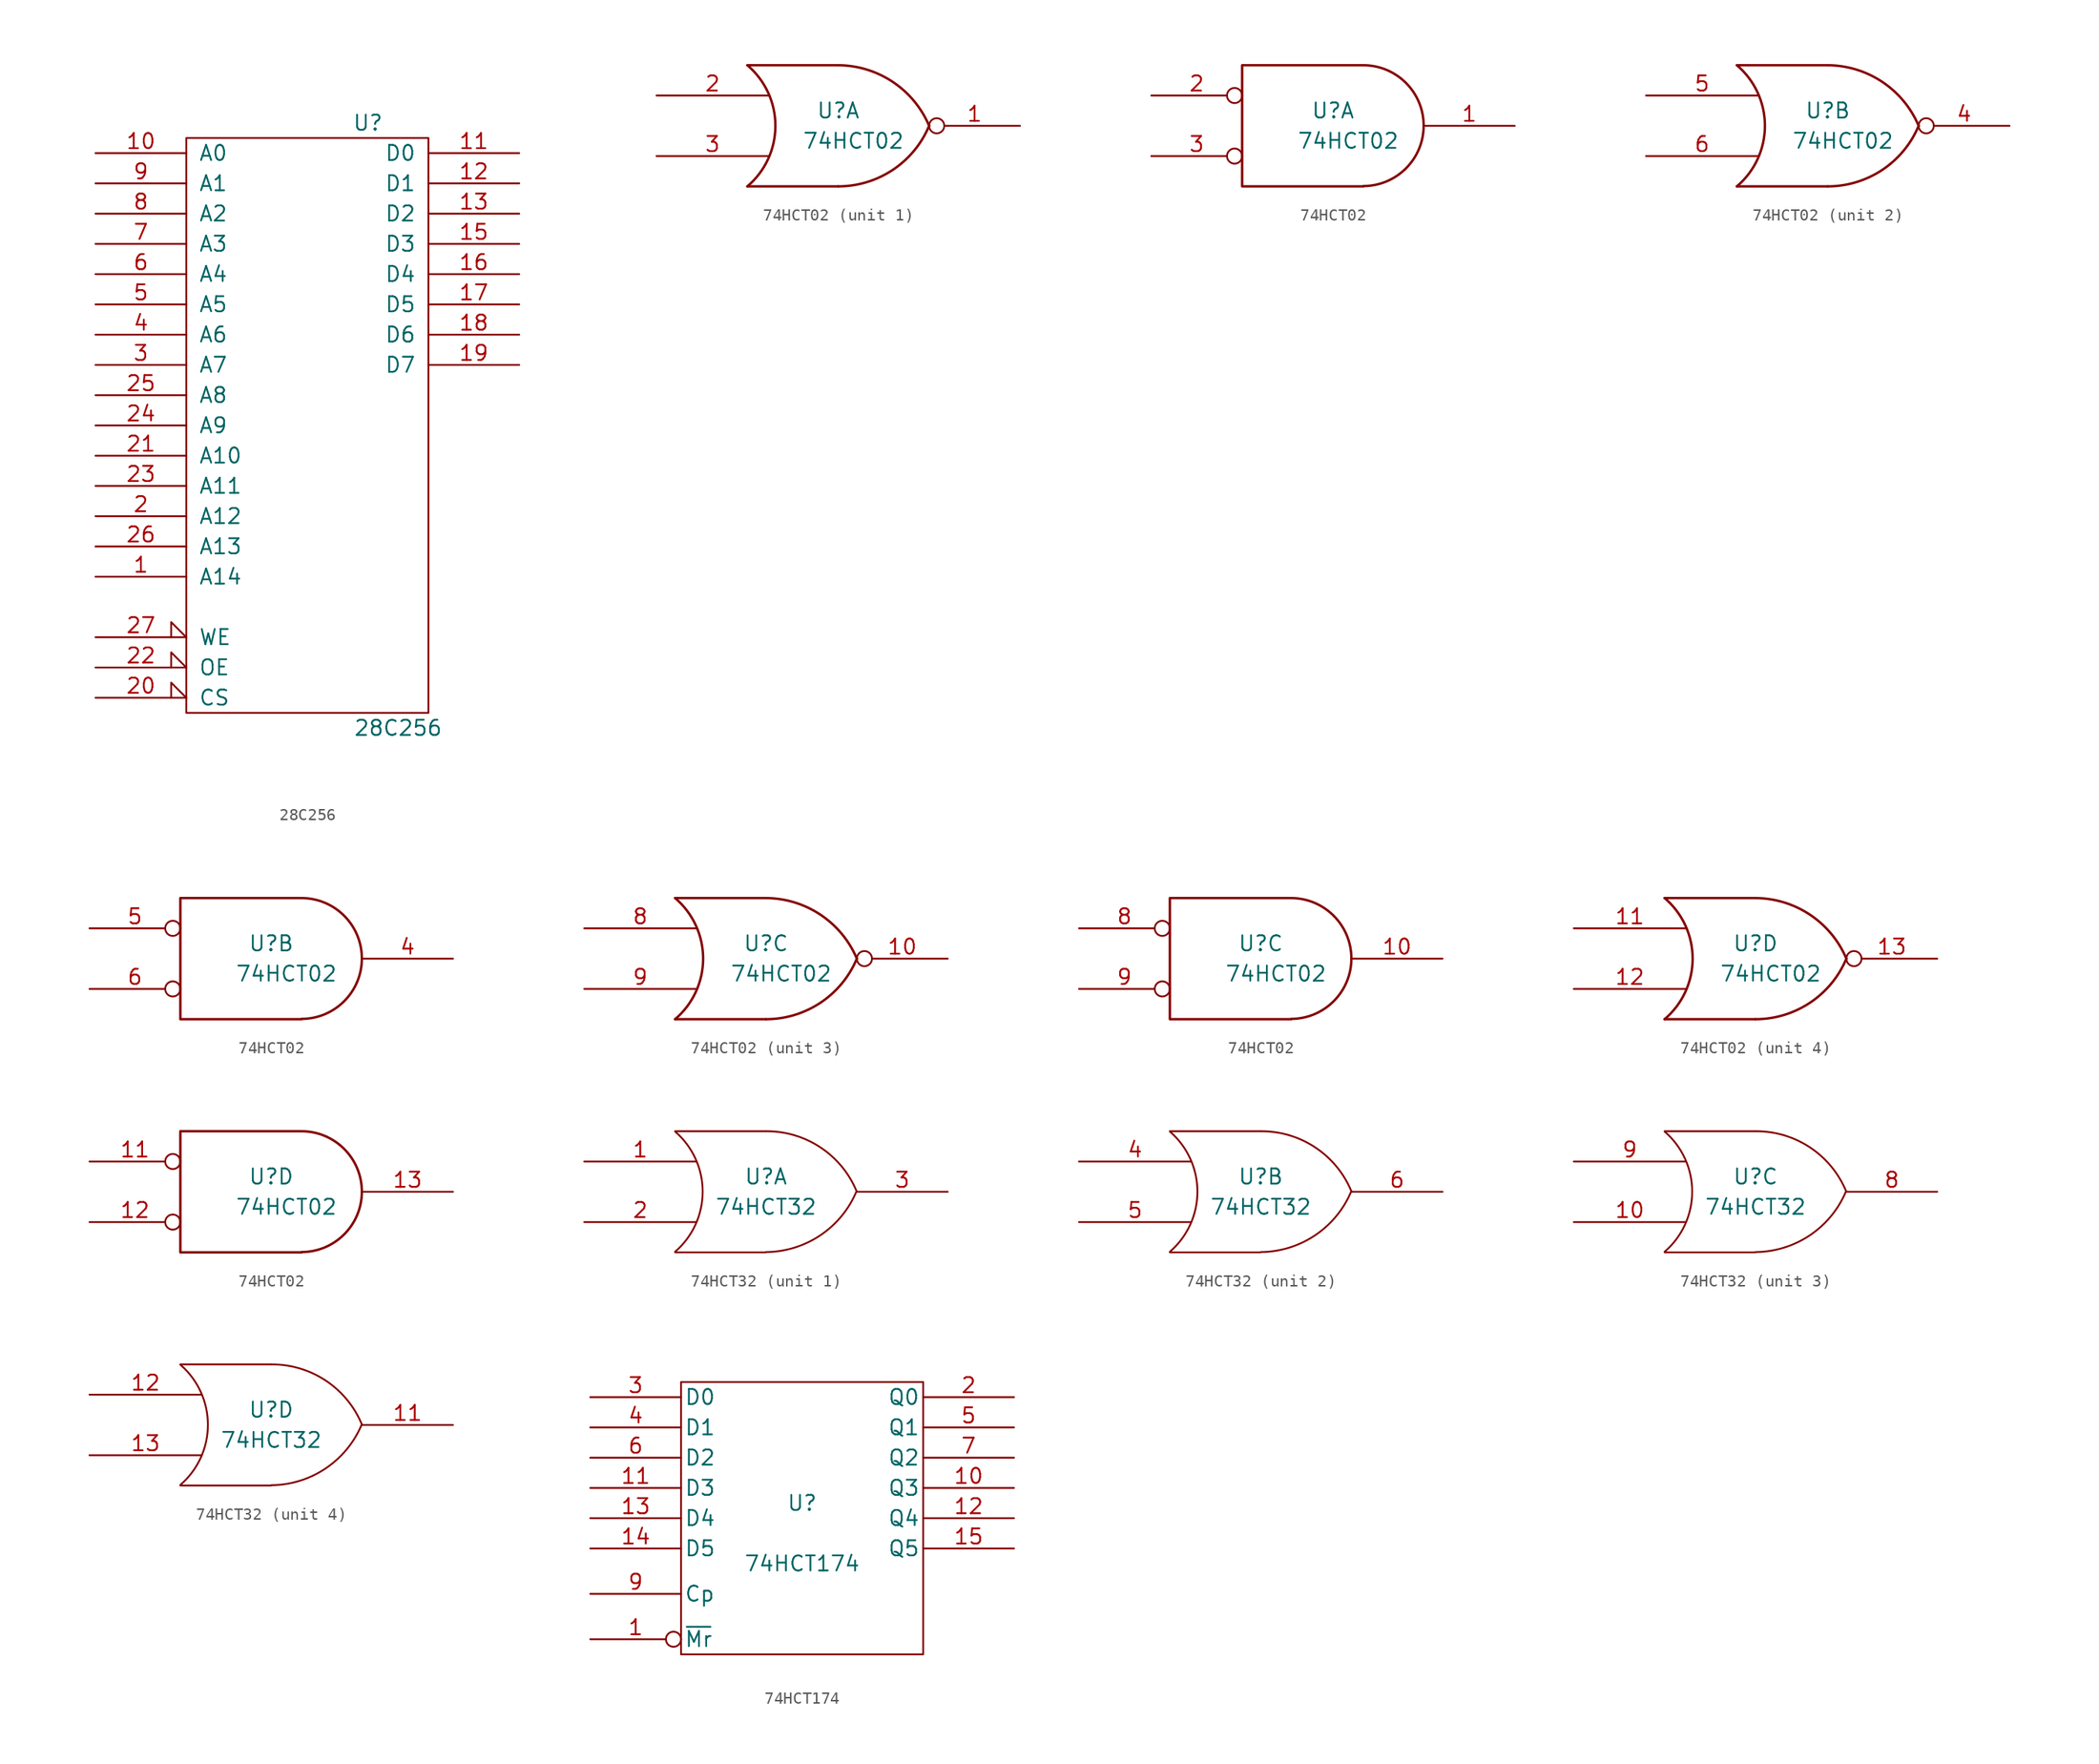
<source format=kicad_sym>
(kicad_symbol_lib
  (version 20231120)
  (generator "kicad_symbol_editor")
  (generator_version "8.0")
  (symbol "28C256"
    (pin_names
      (offset 1.016))
    (property "Reference" "U"
      (at 5.08 25.4 0)
      (effects (font (size 1.27 1.27))))
    (property "Value" "28C256"
      (at 7.62 -25.4 0)
      (effects (font (size 1.27 1.27))))
    (symbol "28C256_0_0"
      (pin power_in line (at 0 -25.4 90) (length 1.27) hide (name "GND" (effects (font (size 1.27 1.27)))) (number "14" (effects (font (size 1.27 1.27)))))
      (pin power_in line (at 0 25.4 270) (length 1.27) hide (name "VCC" (effects (font (size 1.27 1.27)))) (number "28" (effects (font (size 1.27 1.27))))))
    (symbol "28C256_0_1"
      (rectangle (start -10.16 24.13) (end 10.16 -24.13) (stroke (width 0) (type solid)) (fill (type none))))
    (symbol "28C256_1_1"
      (pin input line (at -17.78 -12.7 0) (length 7.62) (name "A14" (effects (font (size 1.27 1.27)))) (number "1" (effects (font (size 1.27 1.27)))))
      (pin input line (at -17.78 22.86 0) (length 7.62) (name "A0" (effects (font (size 1.27 1.27)))) (number "10" (effects (font (size 1.27 1.27)))))
      (pin tri_state line (at 17.78 22.86 180) (length 7.62) (name "D0" (effects (font (size 1.27 1.27)))) (number "11" (effects (font (size 1.27 1.27)))))
      (pin tri_state line (at 17.78 20.32 180) (length 7.62) (name "D1" (effects (font (size 1.27 1.27)))) (number "12" (effects (font (size 1.27 1.27)))))
      (pin tri_state line (at 17.78 17.78 180) (length 7.62) (name "D2" (effects (font (size 1.27 1.27)))) (number "13" (effects (font (size 1.27 1.27)))))
      (pin tri_state line (at 17.78 15.24 180) (length 7.62) (name "D3" (effects (font (size 1.27 1.27)))) (number "15" (effects (font (size 1.27 1.27)))))
      (pin tri_state line (at 17.78 12.7 180) (length 7.62) (name "D4" (effects (font (size 1.27 1.27)))) (number "16" (effects (font (size 1.27 1.27)))))
      (pin tri_state line (at 17.78 10.16 180) (length 7.62) (name "D5" (effects (font (size 1.27 1.27)))) (number "17" (effects (font (size 1.27 1.27)))))
      (pin tri_state line (at 17.78 7.62 180) (length 7.62) (name "D6" (effects (font (size 1.27 1.27)))) (number "18" (effects (font (size 1.27 1.27)))))
      (pin tri_state line (at 17.78 5.08 180) (length 7.62) (name "D7" (effects (font (size 1.27 1.27)))) (number "19" (effects (font (size 1.27 1.27)))))
      (pin input line (at -17.78 -7.62 0) (length 7.62) (name "A12" (effects (font (size 1.27 1.27)))) (number "2" (effects (font (size 1.27 1.27)))))
      (pin input input_low (at -17.78 -22.86 0) (length 7.62) (name "CS" (effects (font (size 1.27 1.27)))) (number "20" (effects (font (size 1.27 1.27)))))
      (pin input line (at -17.78 -2.54 0) (length 7.62) (name "A10" (effects (font (size 1.27 1.27)))) (number "21" (effects (font (size 1.27 1.27)))))
      (pin input input_low (at -17.78 -20.32 0) (length 7.62) (name "OE" (effects (font (size 1.27 1.27)))) (number "22" (effects (font (size 1.27 1.27)))))
      (pin input line (at -17.78 -5.08 0) (length 7.62) (name "A11" (effects (font (size 1.27 1.27)))) (number "23" (effects (font (size 1.27 1.27)))))
      (pin input line (at -17.78 0 0) (length 7.62) (name "A9" (effects (font (size 1.27 1.27)))) (number "24" (effects (font (size 1.27 1.27)))))
      (pin input line (at -17.78 2.54 0) (length 7.62) (name "A8" (effects (font (size 1.27 1.27)))) (number "25" (effects (font (size 1.27 1.27)))))
      (pin input line (at -17.78 -10.16 0) (length 7.62) (name "A13" (effects (font (size 1.27 1.27)))) (number "26" (effects (font (size 1.27 1.27)))))
      (pin input input_low (at -17.78 -17.78 0) (length 7.62) (name "WE" (effects (font (size 1.27 1.27)))) (number "27" (effects (font (size 1.27 1.27)))))
      (pin input line (at -17.78 5.08 0) (length 7.62) (name "A7" (effects (font (size 1.27 1.27)))) (number "3" (effects (font (size 1.27 1.27)))))
      (pin input line (at -17.78 7.62 0) (length 7.62) (name "A6" (effects (font (size 1.27 1.27)))) (number "4" (effects (font (size 1.27 1.27)))))
      (pin input line (at -17.78 10.16 0) (length 7.62) (name "A5" (effects (font (size 1.27 1.27)))) (number "5" (effects (font (size 1.27 1.27)))))
      (pin input line (at -17.78 12.7 0) (length 7.62) (name "A4" (effects (font (size 1.27 1.27)))) (number "6" (effects (font (size 1.27 1.27)))))
      (pin input line (at -17.78 15.24 0) (length 7.62) (name "A3" (effects (font (size 1.27 1.27)))) (number "7" (effects (font (size 1.27 1.27)))))
      (pin input line (at -17.78 17.78 0) (length 7.62) (name "A2" (effects (font (size 1.27 1.27)))) (number "8" (effects (font (size 1.27 1.27)))))
      (pin input line (at -17.78 20.32 0) (length 7.62) (name "A1" (effects (font (size 1.27 1.27)))) (number "9" (effects (font (size 1.27 1.27)))))))
  (symbol "74HCT02"
    (pin_names
      (offset 0.762))
    (property "Reference" "U"
      (at 0 1.27 0)
      (effects (font (size 1.27 1.27))))
    (property "Value" "74HCT02"
      (at 1.27 -1.27 0)
      (effects (font (size 1.27 1.27))))
    (symbol "74HCT02_0_0"
      (pin power_in line (at -5.08 5.08 270) (length 0) hide (name "VCC" (effects (font (size 1.016 1.016)))) (number "14" (effects (font (size 1.016 1.016)))))
      (pin power_in line (at -5.08 -5.08 90) (length 0) hide (name "GND" (effects (font (size 1.016 1.016)))) (number "7" (effects (font (size 1.016 1.016))))))
    (symbol "74HCT02_0_1"
      (arc (start -7.62 -5.08) (mid -5.2708 0) (end -7.62 5.08) (stroke (width 0.2032) (type solid)) (fill (type none)))
      (arc (start 0 -5.08) (mid 4.5812 -3.6906) (end 7.62 0) (stroke (width 0.2032) (type solid)) (fill (type none)))
      (polyline (pts (xy -7.62 -5.08) (xy 0 -5.08)) (stroke (width 0.203) (type solid)) (fill (type none)))
      (polyline (pts (xy -7.62 5.08) (xy 0 5.08)) (stroke (width 0.203) (type solid)) (fill (type none)))
      (arc (start 7.62 0) (mid 4.5727 3.6819) (end 0 5.08) (stroke (width 0.2032) (type solid)) (fill (type none))))
    (symbol "74HCT02_0_2"
      (polyline (pts (xy 2.54 5.08) (xy -7.62 5.08) (xy -7.62 -5.08) (xy 2.54 -5.08)) (stroke (width 0.203) (type solid)) (fill (type none)))
      (arc (start 2.5654 -5.0546) (mid 7.5947 0.0001) (end 2.5654 5.08) (stroke (width 0.2032) (type solid)) (fill (type none))))
    (symbol "74HCT02_1_1"
      (pin output inverted (at 15.24 0 180) (length 7.62) (name "~" (effects (font (size 1.27 1.27)))) (number "1" (effects (font (size 1.27 1.27)))))
      (pin input line (at -15.24 2.54 0) (length 9.398) (name "~" (effects (font (size 1.27 1.27)))) (number "2" (effects (font (size 1.27 1.27)))))
      (pin input line (at -15.24 -2.54 0) (length 9.398) (name "~" (effects (font (size 1.27 1.27)))) (number "3" (effects (font (size 1.27 1.27))))))
    (symbol "74HCT02_1_2"
      (pin output line (at 15.24 0 180) (length 7.62) (name "~" (effects (font (size 1.27 1.27)))) (number "1" (effects (font (size 1.27 1.27)))))
      (pin input inverted (at -15.24 2.54 0) (length 7.62) (name "~" (effects (font (size 1.27 1.27)))) (number "2" (effects (font (size 1.27 1.27)))))
      (pin input inverted (at -15.24 -2.54 0) (length 7.62) (name "~" (effects (font (size 1.27 1.27)))) (number "3" (effects (font (size 1.27 1.27))))))
    (symbol "74HCT02_2_1"
      (pin output inverted (at 15.24 0 180) (length 7.62) (name "~" (effects (font (size 1.27 1.27)))) (number "4" (effects (font (size 1.27 1.27)))))
      (pin input line (at -15.24 2.54 0) (length 9.398) (name "~" (effects (font (size 1.27 1.27)))) (number "5" (effects (font (size 1.27 1.27)))))
      (pin input line (at -15.24 -2.54 0) (length 9.398) (name "~" (effects (font (size 1.27 1.27)))) (number "6" (effects (font (size 1.27 1.27))))))
    (symbol "74HCT02_2_2"
      (pin output line (at 15.24 0 180) (length 7.62) (name "~" (effects (font (size 1.27 1.27)))) (number "4" (effects (font (size 1.27 1.27)))))
      (pin input inverted (at -15.24 2.54 0) (length 7.62) (name "~" (effects (font (size 1.27 1.27)))) (number "5" (effects (font (size 1.27 1.27)))))
      (pin input inverted (at -15.24 -2.54 0) (length 7.62) (name "~" (effects (font (size 1.27 1.27)))) (number "6" (effects (font (size 1.27 1.27))))))
    (symbol "74HCT02_3_1"
      (pin output inverted (at 15.24 0 180) (length 7.62) (name "~" (effects (font (size 1.27 1.27)))) (number "10" (effects (font (size 1.27 1.27)))))
      (pin input line (at -15.24 2.54 0) (length 9.398) (name "~" (effects (font (size 1.27 1.27)))) (number "8" (effects (font (size 1.27 1.27)))))
      (pin input line (at -15.24 -2.54 0) (length 9.398) (name "~" (effects (font (size 1.27 1.27)))) (number "9" (effects (font (size 1.27 1.27))))))
    (symbol "74HCT02_3_2"
      (pin output line (at 15.24 0 180) (length 7.62) (name "~" (effects (font (size 1.27 1.27)))) (number "10" (effects (font (size 1.27 1.27)))))
      (pin input inverted (at -15.24 2.54 0) (length 7.62) (name "~" (effects (font (size 1.27 1.27)))) (number "8" (effects (font (size 1.27 1.27)))))
      (pin input inverted (at -15.24 -2.54 0) (length 7.62) (name "~" (effects (font (size 1.27 1.27)))) (number "9" (effects (font (size 1.27 1.27))))))
    (symbol "74HCT02_4_1"
      (pin input line (at -15.24 2.54 0) (length 9.398) (name "~" (effects (font (size 1.27 1.27)))) (number "11" (effects (font (size 1.27 1.27)))))
      (pin input line (at -15.24 -2.54 0) (length 9.398) (name "~" (effects (font (size 1.27 1.27)))) (number "12" (effects (font (size 1.27 1.27)))))
      (pin output inverted (at 15.24 0 180) (length 7.62) (name "~" (effects (font (size 1.27 1.27)))) (number "13" (effects (font (size 1.27 1.27))))))
    (symbol "74HCT02_4_2"
      (pin input inverted (at -15.24 2.54 0) (length 7.62) (name "~" (effects (font (size 1.27 1.27)))) (number "11" (effects (font (size 1.27 1.27)))))
      (pin input inverted (at -15.24 -2.54 0) (length 7.62) (name "~" (effects (font (size 1.27 1.27)))) (number "12" (effects (font (size 1.27 1.27)))))
      (pin output line (at 15.24 0 180) (length 7.62) (name "~" (effects (font (size 1.27 1.27)))) (number "13" (effects (font (size 1.27 1.27)))))))
  (symbol "74HCT32"
    (pin_names
      (offset 0.762))
    (property "Reference" "U"
      (at 0 1.27 0)
      (effects (font (size 1.27 1.27))))
    (property "Value" "74HCT32"
      (at 0 -1.27 0)
      (effects (font (size 1.27 1.27))))
    (symbol "74HCT32_0_0"
      (pin power_in line (at -5.08 5.08 90) (length 0) hide (name "VCC" (effects (font (size 1.016 1.016)))) (number "14" (effects (font (size 1.016 1.016)))))
      (pin power_in line (at -5.08 -5.08 90) (length 0) hide (name "GND" (effects (font (size 1.016 1.016)))) (number "7" (effects (font (size 1.016 1.016))))))
    (symbol "74HCT32_0_1"
      (arc (start -7.62 -5.0292) (mid -5.3094 0.0082) (end -7.62 5.0546) (stroke (width 0) (type solid)) (fill (type none)))
      (arc (start 0 -5.0546) (mid 4.5632 -3.6449) (end 7.5946 0.0508) (stroke (width 0) (type solid)) (fill (type none)))
      (polyline (pts (xy -7.62 -5.08) (xy 0 -5.08)) (stroke (width 0) (type solid)) (fill (type none)))
      (polyline (pts (xy -7.62 5.08) (xy 0 5.08)) (stroke (width 0) (type solid)) (fill (type none)))
      (arc (start 7.62 0) (mid 4.6132 3.6946) (end 0.0508 5.08) (stroke (width 0) (type solid)) (fill (type none))))
    (symbol "74HCT32_1_1"
      (pin input line (at -15.24 2.54 0) (length 9.398) (name "~" (effects (font (size 1.27 1.27)))) (number "1" (effects (font (size 1.27 1.27)))))
      (pin input line (at -15.24 -2.54 0) (length 9.398) (name "~" (effects (font (size 1.27 1.27)))) (number "2" (effects (font (size 1.27 1.27)))))
      (pin output line (at 15.24 0 180) (length 7.62) (name "~" (effects (font (size 1.27 1.27)))) (number "3" (effects (font (size 1.27 1.27))))))
    (symbol "74HCT32_2_1"
      (pin input line (at -15.24 2.54 0) (length 9.398) (name "~" (effects (font (size 1.27 1.27)))) (number "4" (effects (font (size 1.27 1.27)))))
      (pin input line (at -15.24 -2.54 0) (length 9.398) (name "~" (effects (font (size 1.27 1.27)))) (number "5" (effects (font (size 1.27 1.27)))))
      (pin output line (at 15.24 0 180) (length 7.62) (name "~" (effects (font (size 1.27 1.27)))) (number "6" (effects (font (size 1.27 1.27))))))
    (symbol "74HCT32_3_1"
      (pin input line (at -15.24 -2.54 0) (length 9.398) (name "~" (effects (font (size 1.27 1.27)))) (number "10" (effects (font (size 1.27 1.27)))))
      (pin output line (at 15.24 0 180) (length 7.62) (name "~" (effects (font (size 1.27 1.27)))) (number "8" (effects (font (size 1.27 1.27)))))
      (pin input line (at -15.24 2.54 0) (length 9.398) (name "~" (effects (font (size 1.27 1.27)))) (number "9" (effects (font (size 1.27 1.27))))))
    (symbol "74HCT32_4_1"
      (pin output line (at 15.24 0 180) (length 7.62) (name "~" (effects (font (size 1.27 1.27)))) (number "11" (effects (font (size 1.27 1.27)))))
      (pin input line (at -15.24 2.54 0) (length 9.398) (name "~" (effects (font (size 1.27 1.27)))) (number "12" (effects (font (size 1.27 1.27)))))
      (pin input line (at -15.24 -2.54 0) (length 9.398) (name "~" (effects (font (size 1.27 1.27)))) (number "13" (effects (font (size 1.27 1.27)))))))
  (symbol "74HCT174"
    (pin_names
      (offset 0.254))
    (property "Reference" "U"
      (at 0 1.27 0)
      (effects (font (size 1.27 1.27))))
    (property "Value" "74HCT174"
      (at 0 -3.81 0)
      (effects (font (size 1.27 1.27))))
    (symbol "74HCT174_0_0"
      (pin power_in line (at 0 11.43 270) (length 0) hide (name "VCC" (effects (font (size 0.762 0.762)))) (number "16" (effects (font (size 0.762 0.762)))))
      (pin power_in line (at 0 -11.43 90) (length 0) hide (name "GND" (effects (font (size 0.762 0.762)))) (number "8" (effects (font (size 0.762 0.762))))))
    (symbol "74HCT174_0_1"
      (rectangle (start -10.16 11.43) (end 10.16 -11.43) (stroke (width 0) (type solid)) (fill (type none))))
    (symbol "74HCT174_1_1"
      (pin input inverted (at -17.78 -10.16 0) (length 7.62) (name "~{Mr}" (effects (font (size 1.27 1.27)))) (number "1" (effects (font (size 1.27 1.27)))))
      (pin output line (at 17.78 2.54 180) (length 7.62) (name "Q3" (effects (font (size 1.27 1.27)))) (number "10" (effects (font (size 1.27 1.27)))))
      (pin input line (at -17.78 2.54 0) (length 7.62) (name "D3" (effects (font (size 1.27 1.27)))) (number "11" (effects (font (size 1.27 1.27)))))
      (pin output line (at 17.78 0 180) (length 7.62) (name "Q4" (effects (font (size 1.27 1.27)))) (number "12" (effects (font (size 1.27 1.27)))))
      (pin input line (at -17.78 0 0) (length 7.62) (name "D4" (effects (font (size 1.27 1.27)))) (number "13" (effects (font (size 1.27 1.27)))))
      (pin input line (at -17.78 -2.54 0) (length 7.62) (name "D5" (effects (font (size 1.27 1.27)))) (number "14" (effects (font (size 1.27 1.27)))))
      (pin output line (at 17.78 -2.54 180) (length 7.62) (name "Q5" (effects (font (size 1.27 1.27)))) (number "15" (effects (font (size 1.27 1.27)))))
      (pin output line (at 17.78 10.16 180) (length 7.62) (name "Q0" (effects (font (size 1.27 1.27)))) (number "2" (effects (font (size 1.27 1.27)))))
      (pin input line (at -17.78 10.16 0) (length 7.62) (name "D0" (effects (font (size 1.27 1.27)))) (number "3" (effects (font (size 1.27 1.27)))))
      (pin input line (at -17.78 7.62 0) (length 7.62) (name "D1" (effects (font (size 1.27 1.27)))) (number "4" (effects (font (size 1.27 1.27)))))
      (pin output line (at 17.78 7.62 180) (length 7.62) (name "Q1" (effects (font (size 1.27 1.27)))) (number "5" (effects (font (size 1.27 1.27)))))
      (pin input line (at -17.78 5.08 0) (length 7.62) (name "D2" (effects (font (size 1.27 1.27)))) (number "6" (effects (font (size 1.27 1.27)))))
      (pin output line (at 17.78 5.08 180) (length 7.62) (name "Q2" (effects (font (size 1.27 1.27)))) (number "7" (effects (font (size 1.27 1.27)))))
      (pin input line (at -17.78 -6.35 0) (length 7.62) (name "Cp" (effects (font (size 1.27 1.27)))) (number "9" (effects (font (size 1.27 1.27))))))))
</source>
